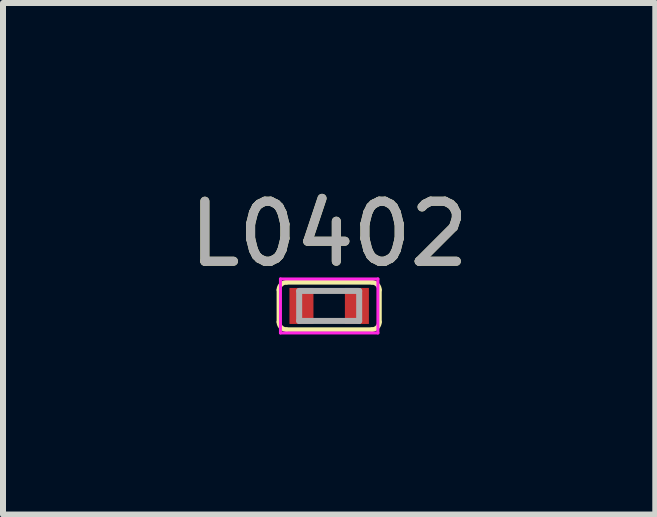
<source format=kicad_pcb>
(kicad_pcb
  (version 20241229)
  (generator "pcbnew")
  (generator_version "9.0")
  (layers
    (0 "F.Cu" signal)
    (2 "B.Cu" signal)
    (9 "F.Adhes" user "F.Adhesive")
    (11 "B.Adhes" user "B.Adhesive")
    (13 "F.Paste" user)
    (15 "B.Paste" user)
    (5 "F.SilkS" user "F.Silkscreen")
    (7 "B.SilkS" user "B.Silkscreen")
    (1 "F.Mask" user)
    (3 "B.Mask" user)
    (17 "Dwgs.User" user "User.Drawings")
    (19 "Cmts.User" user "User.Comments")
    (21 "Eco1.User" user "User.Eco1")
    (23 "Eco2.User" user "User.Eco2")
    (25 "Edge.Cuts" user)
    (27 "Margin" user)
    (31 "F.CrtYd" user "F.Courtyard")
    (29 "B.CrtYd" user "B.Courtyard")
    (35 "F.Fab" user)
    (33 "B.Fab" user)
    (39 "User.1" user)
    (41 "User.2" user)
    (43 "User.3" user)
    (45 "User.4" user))
  (footprint "L0402"
    (layer "F.Cu")
    (at 2.435 2.048)
    (property "Reference" "L0402" (at 0 -1.2 0) (layer "F.SilkS") (effects (font (size 1 1) (thickness 0.15))))
    (attr smd)
    (fp_line (start -0.838 0.267) (end -0.838 -0.267) (stroke (width 0.076) (type solid)) (layer "F.SilkS"))
    (fp_line (start -0.711 -0.394) (end 0.711 -0.394) (stroke (width 0.076) (type solid)) (layer "F.SilkS"))
    (fp_line (start 0.711 0.394) (end -0.711 0.394) (stroke (width 0.076) (type solid)) (layer "F.SilkS"))
    (fp_line (start 0.838 -0.267) (end 0.838 0.267) (stroke (width 0.076) (type solid)) (layer "F.SilkS"))
    (fp_arc (start -0.8382 -0.2667) (mid -0.801003 -0.356503) (end -0.7112 -0.3937) (stroke (width 0.0762) (type solid)) (layer "F.SilkS"))
    (fp_arc (start -0.7112 0.3937) (mid -0.801003 0.356503) (end -0.8382 0.2667) (stroke (width 0.0762) (type solid)) (layer "F.SilkS"))
    (fp_arc (start 0.7112 -0.3937) (mid 0.801003 -0.356503) (end 0.8382 -0.2667) (stroke (width 0.0762) (type solid)) (layer "F.SilkS"))
    (fp_arc (start 0.8382 0.2667) (mid 0.801003 0.356503) (end 0.7112 0.3937) (stroke (width 0.0762) (type solid)) (layer "F.SilkS"))
    (fp_line (start -0.812 -0.45) (end 0.812 -0.45) (stroke (width 0.05) (type solid)) (layer "F.CrtYd"))
    (fp_line (start -0.812 0.45) (end -0.812 -0.45) (stroke (width 0.05) (type solid)) (layer "F.CrtYd"))
    (fp_line (start 0.812 -0.45) (end 0.812 0.45) (stroke (width 0.05) (type solid)) (layer "F.CrtYd"))
    (fp_line (start 0.812 0.45) (end -0.812 0.45) (stroke (width 0.05) (type solid)) (layer "F.CrtYd"))
    (fp_line (start -0.5 -0.25) (end 0.5 -0.25) (stroke (width 0.1) (type solid)) (layer "F.Fab"))
    (fp_line (start -0.5 0.25) (end -0.5 -0.25) (stroke (width 0.1) (type solid)) (layer "F.Fab"))
    (fp_line (start 0.5 -0.25) (end 0.5 0.25) (stroke (width 0.1) (type solid)) (layer "F.Fab"))
    (fp_line (start 0.5 0.25) (end -0.5 0.25) (stroke (width 0.1) (type solid)) (layer "F.Fab"))
    (fp_text user "${REFERENCE}" (at 0 -1.2 0) (layer "F.Fab") (effects (font (size 1 1) (thickness 0.15))))
    (pad "1" smd rect (at -0.462 0) (size 0.4 0.6) (layers "F.Cu" "F.Mask" "F.Paste"))
    (pad "2" smd rect (at 0.462 0) (size 0.4 0.6) (layers "F.Cu" "F.Mask" "F.Paste")))
  (gr_rect
    (start -3 -3)
    (end 7.869 5.523)
    (stroke (width 0.1) (type default))
    (fill no)
    (layer "Edge.Cuts")))
</source>
